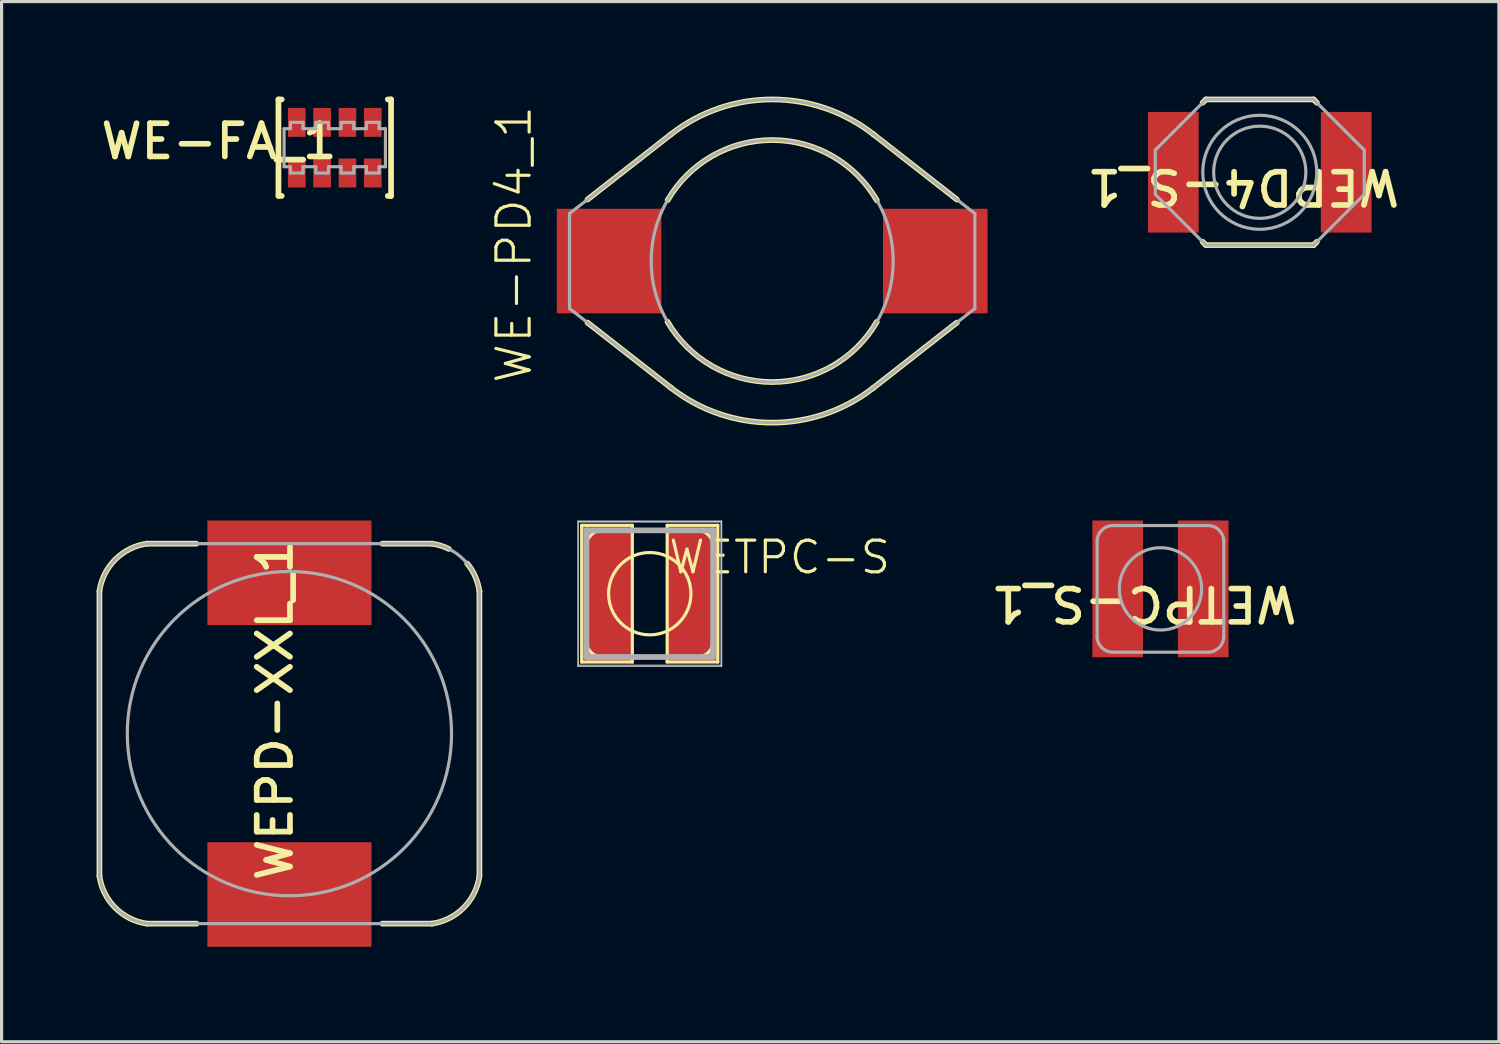
<source format=kicad_pcb>
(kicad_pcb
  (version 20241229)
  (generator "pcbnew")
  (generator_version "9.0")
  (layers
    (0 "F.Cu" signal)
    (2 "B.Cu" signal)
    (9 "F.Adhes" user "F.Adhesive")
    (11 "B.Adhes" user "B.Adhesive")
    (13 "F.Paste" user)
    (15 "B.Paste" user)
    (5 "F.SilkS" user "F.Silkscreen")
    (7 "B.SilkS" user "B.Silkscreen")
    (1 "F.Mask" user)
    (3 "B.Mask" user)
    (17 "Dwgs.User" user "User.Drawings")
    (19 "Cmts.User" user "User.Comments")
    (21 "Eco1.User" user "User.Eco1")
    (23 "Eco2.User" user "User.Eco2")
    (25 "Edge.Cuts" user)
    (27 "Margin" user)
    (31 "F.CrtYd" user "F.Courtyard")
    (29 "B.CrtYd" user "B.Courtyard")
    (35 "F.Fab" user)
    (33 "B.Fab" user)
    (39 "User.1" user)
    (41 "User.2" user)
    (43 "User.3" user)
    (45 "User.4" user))
  (footprint "WETPC-S"
    (placed yes)
    (layer "F.Cu")
    (at 17.47 15.699)
    (property "Reference" "WETPC-S" (at 0.536 -0.564 180) (layer "F.SilkS") (effects (font (size 1 1) (thickness 0.1)) (justify left bottom)))
    (attr through_hole)
    (fp_line (start -2.15 -2.159) (end -0.55 -2.159) (stroke (width 0.1) (type solid)) (layer "F.SilkS"))
    (fp_line (start -2.15 2.159) (end -2.15 -2.159) (stroke (width 0.1) (type solid)) (layer "F.SilkS"))
    (fp_line (start -2 -1.5) (end -2 1.5) (stroke (width 0.1) (type solid)) (layer "F.SilkS"))
    (fp_line (start -1.5 2) (end 1.5 2) (stroke (width 0.1) (type solid)) (layer "F.SilkS"))
    (fp_line (start -0.55 -2.159) (end -0.55 2.159) (stroke (width 0.1) (type solid)) (layer "F.SilkS"))
    (fp_line (start -0.55 2.159) (end -2.15 2.159) (stroke (width 0.1) (type solid)) (layer "F.SilkS"))
    (fp_line (start 0.55 -2.159) (end 2.15 -2.159) (stroke (width 0.1) (type solid)) (layer "F.SilkS"))
    (fp_line (start 0.55 2.159) (end 0.55 -2.159) (stroke (width 0.1) (type solid)) (layer "F.SilkS"))
    (fp_line (start 1.5 -2) (end -1.5 -2) (stroke (width 0.1) (type solid)) (layer "F.SilkS"))
    (fp_line (start 2 1.5) (end 2 -1.5) (stroke (width 0.1) (type solid)) (layer "F.SilkS"))
    (fp_line (start 2.15 -2.159) (end 2.15 2.159) (stroke (width 0.1) (type solid)) (layer "F.SilkS"))
    (fp_line (start 2.15 2.159) (end 0.55 2.159) (stroke (width 0.1) (type solid)) (layer "F.SilkS"))
    (fp_arc (start -2 -1.5) (mid -1.853559 -1.853559) (end -1.5 -2) (stroke (width 0.1) (type solid)) (layer "F.SilkS"))
    (fp_arc (start -1.5 2) (mid -1.853556 1.853556) (end -2 1.5) (stroke (width 0.1) (type solid)) (layer "F.SilkS"))
    (fp_arc (start 1.3 0) (mid -1.3 0) (end 1.3 0) (stroke (width 0.1) (type solid)) (layer "F.SilkS"))
    (fp_arc (start 1.5 -2) (mid 1.853559 -1.853559) (end 2 -1.5) (stroke (width 0.1) (type solid)) (layer "F.SilkS"))
    (fp_arc (start 2 1.5) (mid 1.853556 1.853556) (end 1.5 2) (stroke (width 0.1) (type solid)) (layer "F.SilkS"))
    (fp_line (start -2.264 -2.286) (end 2.264 -2.286) (stroke (width 0.05) (type solid)) (layer "Dwgs.User"))
    (fp_line (start -2.264 2.286) (end -2.264 -2.286) (stroke (width 0.05) (type solid)) (layer "Dwgs.User"))
    (fp_line (start 2.264 -2.286) (end 2.264 2.286) (stroke (width 0.05) (type solid)) (layer "Dwgs.User"))
    (fp_line (start 2.264 2.286) (end -2.264 2.286) (stroke (width 0.05) (type solid)) (layer "Dwgs.User"))
    (fp_line (start -2 -2) (end -2 2) (stroke (width 0.18) (type solid)) (layer "F.Fab"))
    (fp_line (start -2 2) (end 2 2) (stroke (width 0.18) (type solid)) (layer "F.Fab"))
    (fp_line (start 2 -2) (end -2 -2) (stroke (width 0.18) (type solid)) (layer "F.Fab"))
    (fp_line (start 2 2) (end 2 -2) (stroke (width 0.18) (type solid)) (layer "F.Fab"))
    (fp_poly (pts (xy -2.25 2.25) (xy -2.25 -2.25) (xy 2.25 -2.25) (xy 2.25 2.25) (xy -2.25 2.25)) (stroke (width 0.02) (type solid)) (fill no) (layer "F.Fab"))
    (pad "1" smd rect (at -1.35 0) (size 1.6 4.318) (layers "F.Cu" "F.Mask" "F.Paste"))
    (pad "2" smd rect (at 1.35 0) (size 1.6 4.318) (layers "F.Cu" "F.Mask" "F.Paste")))
  (footprint "WE-PD4_1"
    (layer "F.Cu")
    (at 21.336 5.194)
    (property "Reference" "WE-PD4_1" (at -8.156 -0.526 90) (unlocked yes) (layer "F.SilkS") (effects (font (size 1.05 1.104) (thickness 0.1))))
    (attr smd)
    (fp_line (start -5.833 -1.943) (end -3.2 -4) (stroke (width 0.18) (type solid)) (layer "F.SilkS"))
    (fp_line (start -5.833 1.943) (end -3.2 4) (stroke (width 0.18) (type solid)) (layer "F.SilkS"))
    (fp_line (start 3.2 -4) (end 5.833 -1.943) (stroke (width 0.18) (type solid)) (layer "F.SilkS"))
    (fp_line (start 3.2 4) (end 5.833 1.943) (stroke (width 0.18) (type solid)) (layer "F.SilkS"))
    (fp_arc (start -3.302396 -1.922024) (mid 0.003324 -3.820979) (end 3.305725 -1.916258) (stroke (width 0.18) (type solid)) (layer "F.SilkS"))
    (fp_arc (start -3.195394 -4.003597) (mid 0.004529 -5.103858) (end 3.202527 -3.998014) (stroke (width 0.18) (type solid)) (layer "F.SilkS"))
    (fp_arc (start 3.1954 4.003595) (mid -0.004529 5.103858) (end -3.202533 3.998012) (stroke (width 0.18) (type solid)) (layer "F.SilkS"))
    (fp_arc (start 3.302396 1.922034) (mid -0.003324 3.820989) (end -3.305725 1.916268) (stroke (width 0.18) (type solid)) (layer "F.SilkS"))
    (fp_line (start -6.4 -1.5) (end -3.2 -4) (stroke (width 0.1) (type solid)) (layer "F.Fab"))
    (fp_line (start -6.4 1.5) (end -6.4 -1.5) (stroke (width 0.1) (type solid)) (layer "F.Fab"))
    (fp_line (start -6.4 1.5) (end -3.2 4) (stroke (width 0.1) (type solid)) (layer "F.Fab"))
    (fp_line (start 3.2 -4) (end 6.4 -1.5) (stroke (width 0.1) (type solid)) (layer "F.Fab"))
    (fp_line (start 3.2 4) (end 6.4 1.5) (stroke (width 0.1) (type solid)) (layer "F.Fab"))
    (fp_line (start 6.4 1.5) (end 6.4 -1.5) (stroke (width 0.1) (type solid)) (layer "F.Fab"))
    (fp_arc (start -3.195394 -4.003607) (mid 0.004529 -5.103868) (end 3.202527 -3.998024) (stroke (width 0.1) (type solid)) (layer "F.Fab"))
    (fp_arc (start 3.1954 4.003595) (mid -0.004529 5.103858) (end -3.202533 3.998012) (stroke (width 0.1) (type solid)) (layer "F.Fab"))
    (fp_circle (center 0 0) (end 3.821 0) (stroke (width 0.1) (type solid)) (fill no) (layer "F.Fab"))
    (pad "1" smd rect (at -5.15 0) (size 3.302 3.302) (layers "F.Cu" "F.Mask" "F.Paste"))
    (pad "2" smd rect (at 5.15 0) (size 3.302 3.302) (layers "F.Cu" "F.Mask" "F.Paste")))
  (footprint "WEPD-XXL_1"
    (layer "F.Cu")
    (at 6.09 20.119)
    (property "Reference" "WEPD-XXL_1" (at -0.459 -0.744 90) (unlocked yes) (layer "F.SilkS") (effects (font (size 1.05 1.104) (thickness 0.18))))
    (attr smd)
    (fp_line (start -6 4.5) (end -6 -4.5) (stroke (width 0.18) (type solid)) (layer "F.SilkS"))
    (fp_line (start -4.5 -6) (end -2.933 -6) (stroke (width 0.18) (type solid)) (layer "F.SilkS"))
    (fp_line (start -4.5 6) (end -2.933 6) (stroke (width 0.18) (type solid)) (layer "F.SilkS"))
    (fp_line (start 2.933 -6) (end 4.5 -6) (stroke (width 0.18) (type solid)) (layer "F.SilkS"))
    (fp_line (start 2.933 6) (end 4.5 6) (stroke (width 0.18) (type solid)) (layer "F.SilkS"))
    (fp_line (start 6 4.5) (end 6 -4.5) (stroke (width 0.18) (type solid)) (layer "F.SilkS"))
    (fp_arc (start -5.999678 -4.502211) (mid -5.49892 -5.501112) (end -4.499147 -6.000125) (stroke (width 0.18) (type solid)) (layer "F.SilkS"))
    (fp_arc (start -4.502203 5.999688) (mid -5.501109 5.498927) (end -6.000125 4.499148) (stroke (width 0.18) (type solid)) (layer "F.SilkS"))
    (fp_arc (start 4.499157 -6.000125) (mid 4.774278 -5.93825) (end 5.036058 -5.833413) (stroke (width 0.18) (type solid)) (layer "F.SilkS"))
    (fp_arc (start 5.616028 -5.372084) (mid 5.868059 -4.962013) (end 6.000125 -4.499157) (stroke (width 0.18) (type solid)) (layer "F.SilkS"))
    (fp_arc (start 5.999688 4.502203) (mid 5.498927 5.501109) (end 4.499148 6.000125) (stroke (width 0.18) (type solid)) (layer "F.SilkS"))
    (fp_line (start -6 4.5) (end -6 -4.5) (stroke (width 0.1) (type solid)) (layer "F.Fab"))
    (fp_line (start -4.5 -6) (end 4.5 -6) (stroke (width 0.1) (type solid)) (layer "F.Fab"))
    (fp_line (start -4.5 6) (end 4.5 6) (stroke (width 0.1) (type solid)) (layer "F.Fab"))
    (fp_line (start 6 4.5) (end 6 -4.5) (stroke (width 0.1) (type solid)) (layer "F.Fab"))
    (fp_arc (start -5.999678 -4.502211) (mid -5.49892 -5.501112) (end -4.499147 -6.000125) (stroke (width 0.1) (type solid)) (layer "F.Fab"))
    (fp_arc (start -4.502203 5.999688) (mid -5.501109 5.498927) (end -6.000125 4.499148) (stroke (width 0.1) (type solid)) (layer "F.Fab"))
    (fp_arc (start 4.502211 -5.999688) (mid 5.501112 -5.49893) (end 6.000125 -4.499157) (stroke (width 0.1) (type solid)) (layer "F.Fab"))
    (fp_arc (start 5.999688 4.502203) (mid 5.498927 5.501109) (end 4.499148 6.000125) (stroke (width 0.1) (type solid)) (layer "F.Fab"))
    (fp_circle (center 0 0) (end 5.12 0) (stroke (width 0.1) (type solid)) (fill no) (layer "F.Fab"))
    (pad "1" smd rect (at 0 5.08) (size 5.182 3.302) (layers "F.Cu" "F.Mask" "F.Paste"))
    (pad "2" smd rect (at 0 -5.08) (size 5.182 3.302) (layers "F.Cu" "F.Mask" "F.Paste")))
  (footprint "WETPC-S_1"
    (layer "F.Cu")
    (at 33.598 15.547)
    (property "Reference" "WETPC-S_1" (at -0.522 0.467 180) (unlocked yes) (layer "F.SilkS") (effects (font (size 1.05 1.104) (thickness 0.18))))
    (attr smd)
    (fp_line (start -2 1.5) (end -2 -1.5) (stroke (width 0.1) (type solid)) (layer "F.Fab"))
    (fp_line (start -1.5 -2) (end 1.5 -2) (stroke (width 0.1) (type solid)) (layer "F.Fab"))
    (fp_line (start -1.5 2) (end 1.5 2) (stroke (width 0.1) (type solid)) (layer "F.Fab"))
    (fp_line (start 2 1.5) (end 2 -1.5) (stroke (width 0.1) (type solid)) (layer "F.Fab"))
    (fp_arc (start -2 -1.50002) (mid -1.853559 -1.853559) (end -1.50002 -2) (stroke (width 0.1) (type solid)) (layer "F.Fab"))
    (fp_arc (start -1.50001 2) (mid -1.853556 1.853556) (end -2 1.50001) (stroke (width 0.1) (type solid)) (layer "F.Fab"))
    (fp_arc (start 1.50002 -2) (mid 1.853559 -1.853559) (end 2 -1.50002) (stroke (width 0.1) (type solid)) (layer "F.Fab"))
    (fp_arc (start 2.00001 1.50001) (mid 1.853566 1.853556) (end 1.50002 2) (stroke (width 0.1) (type solid)) (layer "F.Fab"))
    (fp_circle (center 0 0) (end 1.3 0) (stroke (width 0.1) (type solid)) (fill no) (layer "F.Fab"))
    (pad "1" smd rect (at -1.35 0) (size 1.6 4.318) (layers "F.Cu" "F.Mask" "F.Paste"))
    (pad "2" smd rect (at 1.35 0) (size 1.6 4.318) (layers "F.Cu" "F.Mask" "F.Paste")))
  (footprint "WEPD4-S_1"
    (layer "F.Cu")
    (at 36.734 2.39)
    (property "Reference" "WEPD4-S_1" (at -0.522 0.459 180) (unlocked yes) (layer "F.SilkS") (effects (font (size 1.05 1.104) (thickness 0.18))))
    (attr smd)
    (fp_line (start -1.804 -2.196) (end -1.7 -2.3) (stroke (width 0.18) (type solid)) (layer "F.SilkS"))
    (fp_line (start -1.804 2.196) (end -1.7 2.3) (stroke (width 0.18) (type solid)) (layer "F.SilkS"))
    (fp_line (start -1.7 -2.3) (end 1.7 -2.3) (stroke (width 0.18) (type solid)) (layer "F.SilkS"))
    (fp_line (start -1.7 2.3) (end 1.7 2.3) (stroke (width 0.18) (type solid)) (layer "F.SilkS"))
    (fp_line (start 1.7 -2.3) (end 1.804 -2.196) (stroke (width 0.18) (type solid)) (layer "F.SilkS"))
    (fp_line (start 1.7 2.3) (end 1.804 2.196) (stroke (width 0.18) (type solid)) (layer "F.SilkS"))
    (fp_line (start -3.3 -0.7) (end -1.7 -2.3) (stroke (width 0.1) (type solid)) (layer "F.Fab"))
    (fp_line (start -3.3 0.7) (end -3.3 -0.7) (stroke (width 0.1) (type solid)) (layer "F.Fab"))
    (fp_line (start -3.3 0.7) (end -1.7 2.3) (stroke (width 0.1) (type solid)) (layer "F.Fab"))
    (fp_line (start -1.7 -2.3) (end 1.7 -2.3) (stroke (width 0.1) (type solid)) (layer "F.Fab"))
    (fp_line (start -1.7 2.3) (end 1.7 2.3) (stroke (width 0.1) (type solid)) (layer "F.Fab"))
    (fp_line (start 1.7 -2.3) (end 3.3 -0.7) (stroke (width 0.1) (type solid)) (layer "F.Fab"))
    (fp_line (start 1.7 2.3) (end 3.3 0.7) (stroke (width 0.1) (type solid)) (layer "F.Fab"))
    (fp_line (start 3.3 0.7) (end 3.3 -0.7) (stroke (width 0.1) (type solid)) (layer "F.Fab"))
    (fp_circle (center 0 0) (end 1.456 0) (stroke (width 0.1) (type solid)) (fill no) (layer "F.Fab"))
    (fp_circle (center 0 0) (end 1.8 0) (stroke (width 0.1) (type solid)) (fill no) (layer "F.Fab"))
    (pad "1" smd rect (at -2.73 0) (size 1.6 3.81) (layers "F.Cu" "F.Mask" "F.Paste"))
    (pad "2" smd rect (at 2.73 0) (size 1.6 3.81) (layers "F.Cu" "F.Mask" "F.Paste")))
  (footprint "WE-FA_1"
    (layer "F.Cu")
    (at 7.522 1.614)
    (property "Reference" "WE-FA_1" (at -3.656 -0.2 0) (unlocked yes) (layer "F.SilkS") (effects (font (size 1.05 1.104) (thickness 0.18))))
    (attr smd)
    (fp_line (start -1.778 -1.524) (end -1.675 -1.524) (stroke (width 0.18) (type solid)) (layer "F.SilkS"))
    (fp_line (start -1.778 1.524) (end -1.778 -1.524) (stroke (width 0.18) (type solid)) (layer "F.SilkS"))
    (fp_line (start -1.778 1.524) (end -1.675 1.524) (stroke (width 0.18) (type solid)) (layer "F.SilkS"))
    (fp_line (start 1.675 -1.524) (end 1.778 -1.524) (stroke (width 0.18) (type solid)) (layer "F.SilkS"))
    (fp_line (start 1.675 1.524) (end 1.778 1.524) (stroke (width 0.18) (type solid)) (layer "F.SilkS"))
    (fp_line (start 1.778 1.524) (end 1.778 -1.524) (stroke (width 0.18) (type solid)) (layer "F.SilkS"))
    (fp_line (start -1.6 -0.6) (end -1.4 -0.6) (stroke (width 0.1) (type solid)) (layer "F.Fab"))
    (fp_line (start -1.6 0.6) (end -1.6 -0.6) (stroke (width 0.1) (type solid)) (layer "F.Fab"))
    (fp_line (start -1.6 0.6) (end -1.4 0.6) (stroke (width 0.1) (type solid)) (layer "F.Fab"))
    (fp_line (start -1.4 -0.8) (end -1 -0.8) (stroke (width 0.1) (type solid)) (layer "F.Fab"))
    (fp_line (start -1.4 -0.6) (end -1.4 -0.8) (stroke (width 0.1) (type solid)) (layer "F.Fab"))
    (fp_line (start -1.4 0.8) (end -1.4 0.6) (stroke (width 0.1) (type solid)) (layer "F.Fab"))
    (fp_line (start -1.4 0.8) (end -1 0.8) (stroke (width 0.1) (type solid)) (layer "F.Fab"))
    (fp_line (start -1 -0.6) (end -1 -0.8) (stroke (width 0.1) (type solid)) (layer "F.Fab"))
    (fp_line (start -1 -0.6) (end -0.6 -0.6) (stroke (width 0.1) (type solid)) (layer "F.Fab"))
    (fp_line (start -1 0.6) (end -0.6 0.6) (stroke (width 0.1) (type solid)) (layer "F.Fab"))
    (fp_line (start -1 0.8) (end -1 0.6) (stroke (width 0.1) (type solid)) (layer "F.Fab"))
    (fp_line (start -0.6 -0.8) (end -0.2 -0.8) (stroke (width 0.1) (type solid)) (layer "F.Fab"))
    (fp_line (start -0.6 -0.6) (end -0.6 -0.8) (stroke (width 0.1) (type solid)) (layer "F.Fab"))
    (fp_line (start -0.6 0.8) (end -0.6 0.6) (stroke (width 0.1) (type solid)) (layer "F.Fab"))
    (fp_line (start -0.6 0.8) (end -0.2 0.8) (stroke (width 0.1) (type solid)) (layer "F.Fab"))
    (fp_line (start -0.2 -0.6) (end -0.2 -0.8) (stroke (width 0.1) (type solid)) (layer "F.Fab"))
    (fp_line (start -0.2 -0.6) (end 0.2 -0.6) (stroke (width 0.1) (type solid)) (layer "F.Fab"))
    (fp_line (start -0.2 0.6) (end 0.2 0.6) (stroke (width 0.1) (type solid)) (layer "F.Fab"))
    (fp_line (start -0.2 0.8) (end -0.2 0.6) (stroke (width 0.1) (type solid)) (layer "F.Fab"))
    (fp_line (start 0.2 -0.8) (end 0.6 -0.8) (stroke (width 0.1) (type solid)) (layer "F.Fab"))
    (fp_line (start 0.2 -0.6) (end 0.2 -0.8) (stroke (width 0.1) (type solid)) (layer "F.Fab"))
    (fp_line (start 0.2 0.8) (end 0.2 0.6) (stroke (width 0.1) (type solid)) (layer "F.Fab"))
    (fp_line (start 0.2 0.8) (end 0.6 0.8) (stroke (width 0.1) (type solid)) (layer "F.Fab"))
    (fp_line (start 0.6 -0.6) (end 0.6 -0.8) (stroke (width 0.1) (type solid)) (layer "F.Fab"))
    (fp_line (start 0.6 -0.6) (end 1 -0.6) (stroke (width 0.1) (type solid)) (layer "F.Fab"))
    (fp_line (start 0.6 0.6) (end 1 0.6) (stroke (width 0.1) (type solid)) (layer "F.Fab"))
    (fp_line (start 0.6 0.8) (end 0.6 0.6) (stroke (width 0.1) (type solid)) (layer "F.Fab"))
    (fp_line (start 1 -0.8) (end 1.4 -0.8) (stroke (width 0.1) (type solid)) (layer "F.Fab"))
    (fp_line (start 1 -0.6) (end 1 -0.8) (stroke (width 0.1) (type solid)) (layer "F.Fab"))
    (fp_line (start 1 0.8) (end 1 0.6) (stroke (width 0.1) (type solid)) (layer "F.Fab"))
    (fp_line (start 1 0.8) (end 1.4 0.8) (stroke (width 0.1) (type solid)) (layer "F.Fab"))
    (fp_line (start 1.4 -0.6) (end 1.4 -0.8) (stroke (width 0.1) (type solid)) (layer "F.Fab"))
    (fp_line (start 1.4 -0.6) (end 1.6 -0.6) (stroke (width 0.1) (type solid)) (layer "F.Fab"))
    (fp_line (start 1.4 0.6) (end 1.6 0.6) (stroke (width 0.1) (type solid)) (layer "F.Fab"))
    (fp_line (start 1.4 0.8) (end 1.4 0.6) (stroke (width 0.1) (type solid)) (layer "F.Fab"))
    (fp_line (start 1.6 0.6) (end 1.6 -0.6) (stroke (width 0.1) (type solid)) (layer "F.Fab"))
    (pad "L1A" smd rect (at -1.2 0.8) (size 0.559 0.914) (layers "F.Cu" "F.Mask" "F.Paste"))
    (pad "L1B" smd rect (at -1.2 -0.8) (size 0.559 0.914) (layers "F.Cu" "F.Mask" "F.Paste"))
    (pad "L2A" smd rect (at -0.4 0.8) (size 0.559 0.914) (layers "F.Cu" "F.Mask" "F.Paste"))
    (pad "L2B" smd rect (at -0.4 -0.8) (size 0.559 0.914) (layers "F.Cu" "F.Mask" "F.Paste"))
    (pad "L3A" smd rect (at 0.4 0.8) (size 0.559 0.914) (layers "F.Cu" "F.Mask" "F.Paste"))
    (pad "L3B" smd rect (at 0.4 -0.8) (size 0.559 0.914) (layers "F.Cu" "F.Mask" "F.Paste"))
    (pad "L4A" smd rect (at 1.2 0.8) (size 0.559 0.914) (layers "F.Cu" "F.Mask" "F.Paste"))
    (pad "L4B" smd rect (at 1.2 -0.8) (size 0.559 0.914) (layers "F.Cu" "F.Mask" "F.Paste")))
  (gr_rect
    (start -3 -3)
    (end 44.287 29.85)
    (stroke (width 0.1) (type default))
    (fill no)
    (layer "Edge.Cuts")))
</source>
